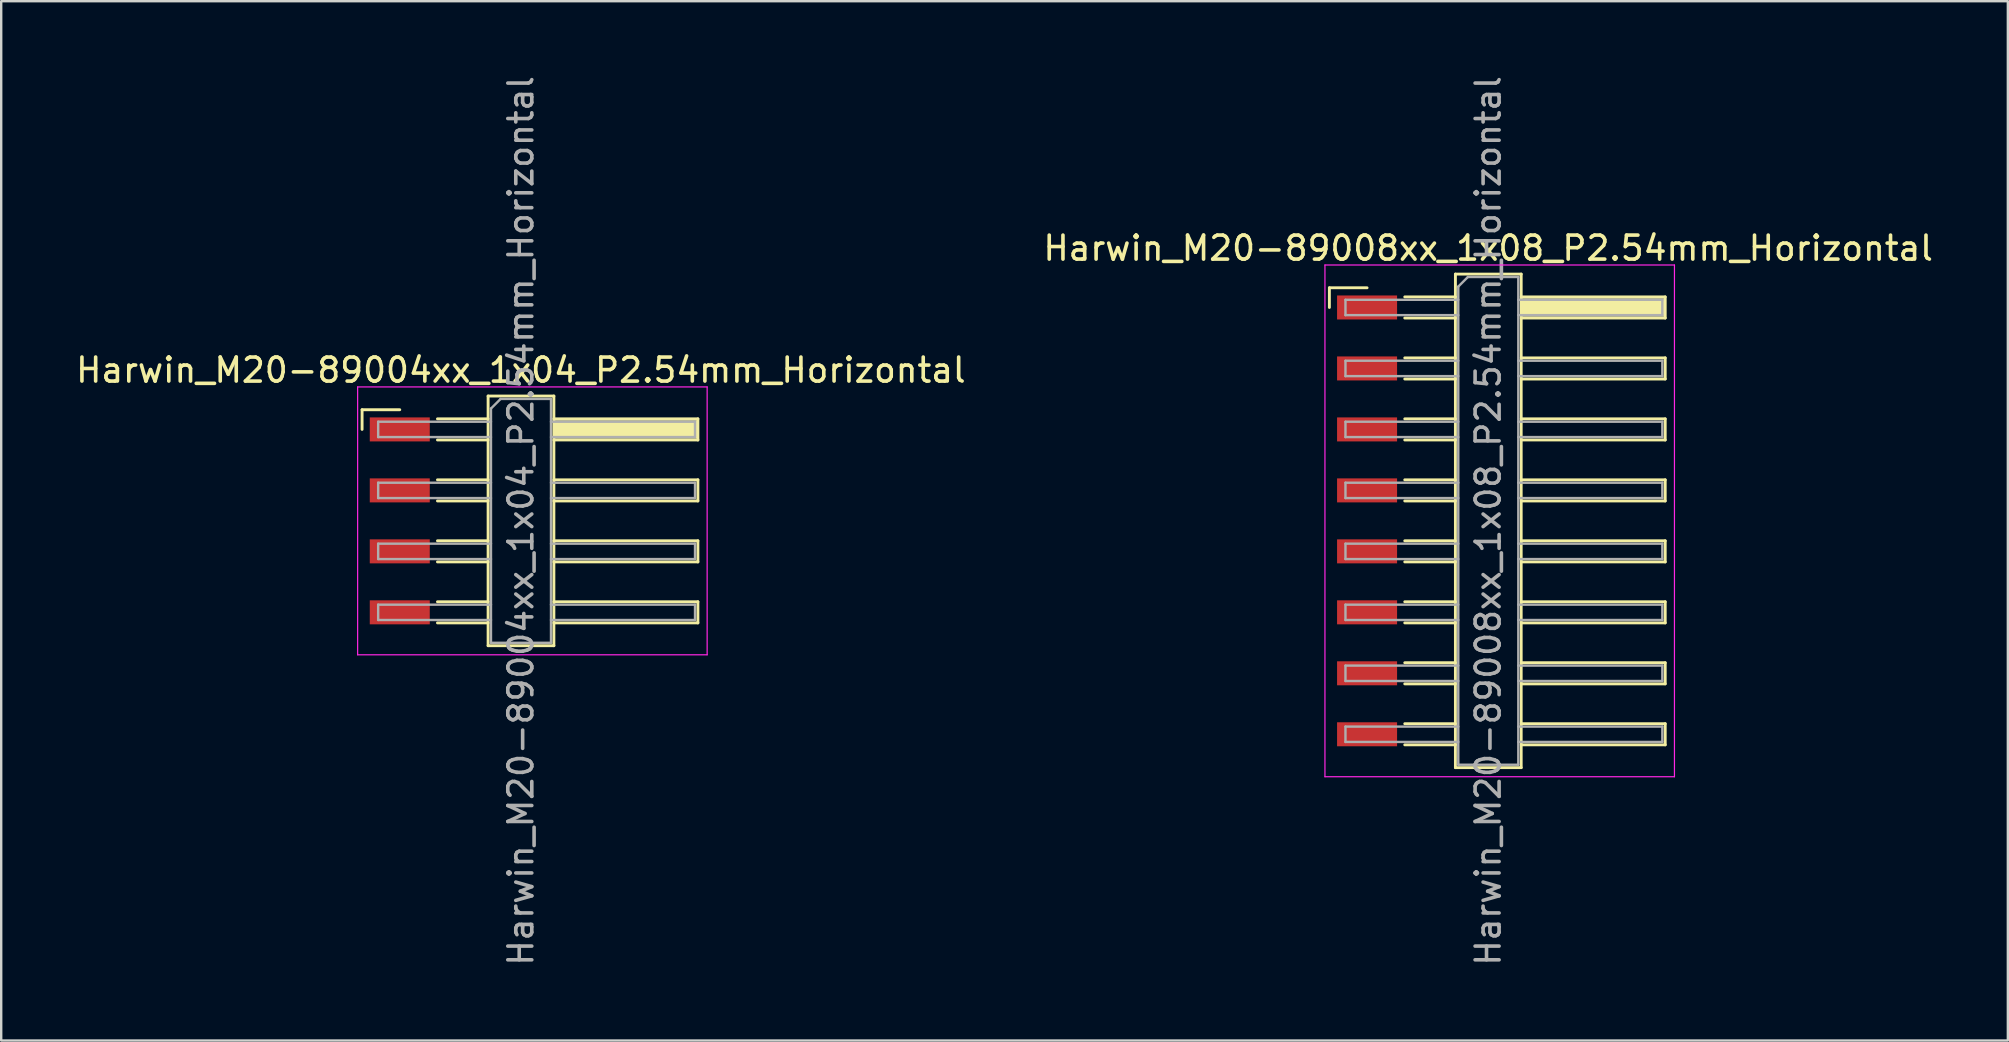
<source format=kicad_pcb>
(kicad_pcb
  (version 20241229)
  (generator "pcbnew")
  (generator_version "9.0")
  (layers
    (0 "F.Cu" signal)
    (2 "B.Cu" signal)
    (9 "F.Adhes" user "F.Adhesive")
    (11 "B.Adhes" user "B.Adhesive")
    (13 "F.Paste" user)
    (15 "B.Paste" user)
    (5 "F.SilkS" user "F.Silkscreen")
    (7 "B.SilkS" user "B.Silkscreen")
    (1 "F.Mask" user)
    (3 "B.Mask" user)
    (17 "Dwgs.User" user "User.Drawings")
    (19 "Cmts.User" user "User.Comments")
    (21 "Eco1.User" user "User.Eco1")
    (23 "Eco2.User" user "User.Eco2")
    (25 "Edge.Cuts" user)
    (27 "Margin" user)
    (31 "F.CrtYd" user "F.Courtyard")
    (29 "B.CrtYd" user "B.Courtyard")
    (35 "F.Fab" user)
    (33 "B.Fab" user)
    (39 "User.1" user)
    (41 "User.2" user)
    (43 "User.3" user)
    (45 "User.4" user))
  (footprint "Harwin_M20-89008xx_1x08_P2.54mm_Horizontal"
    (layer "F.Cu")
    (at 59.426 18.649)
    (property "Reference" "Harwin_M20-89008xx_1x08_P2.54mm_Horizontal" (at -0.48 -11.36 0) (layer "F.SilkS") (effects (font (size 1 1) (thickness 0.15))))
    (attr smd)
    (fp_line (start -7.095 -9.71) (end -5.525 -9.71) (stroke (width 0.12) (type solid)) (layer "F.SilkS"))
    (fp_line (start -7.095 -8.89) (end -7.095 -9.71) (stroke (width 0.12) (type solid)) (layer "F.SilkS"))
    (fp_line (start -3.955 -9.33) (end -1.845 -9.33) (stroke (width 0.12) (type solid)) (layer "F.SilkS"))
    (fp_line (start -3.955 -8.45) (end -1.845 -8.45) (stroke (width 0.12) (type solid)) (layer "F.SilkS"))
    (fp_line (start -3.955 -6.79) (end -1.845 -6.79) (stroke (width 0.12) (type solid)) (layer "F.SilkS"))
    (fp_line (start -3.955 -5.91) (end -1.845 -5.91) (stroke (width 0.12) (type solid)) (layer "F.SilkS"))
    (fp_line (start -3.955 -4.25) (end -1.845 -4.25) (stroke (width 0.12) (type solid)) (layer "F.SilkS"))
    (fp_line (start -3.955 -3.37) (end -1.845 -3.37) (stroke (width 0.12) (type solid)) (layer "F.SilkS"))
    (fp_line (start -3.955 -1.71) (end -1.845 -1.71) (stroke (width 0.12) (type solid)) (layer "F.SilkS"))
    (fp_line (start -3.955 -0.83) (end -1.845 -0.83) (stroke (width 0.12) (type solid)) (layer "F.SilkS"))
    (fp_line (start -3.955 0.83) (end -1.845 0.83) (stroke (width 0.12) (type solid)) (layer "F.SilkS"))
    (fp_line (start -3.955 1.71) (end -1.845 1.71) (stroke (width 0.12) (type solid)) (layer "F.SilkS"))
    (fp_line (start -3.955 3.37) (end -1.845 3.37) (stroke (width 0.12) (type solid)) (layer "F.SilkS"))
    (fp_line (start -3.955 4.25) (end -1.845 4.25) (stroke (width 0.12) (type solid)) (layer "F.SilkS"))
    (fp_line (start -3.955 5.91) (end -1.845 5.91) (stroke (width 0.12) (type solid)) (layer "F.SilkS"))
    (fp_line (start -3.955 6.79) (end -1.845 6.79) (stroke (width 0.12) (type solid)) (layer "F.SilkS"))
    (fp_line (start -3.955 8.45) (end -1.845 8.45) (stroke (width 0.12) (type solid)) (layer "F.SilkS"))
    (fp_line (start -3.955 9.33) (end -1.845 9.33) (stroke (width 0.12) (type solid)) (layer "F.SilkS"))
    (fp_line (start -1.845 -10.28) (end 0.895 -10.28) (stroke (width 0.12) (type solid)) (layer "F.SilkS"))
    (fp_line (start -1.845 10.28) (end -1.845 -10.28) (stroke (width 0.12) (type solid)) (layer "F.SilkS"))
    (fp_line (start 0.895 -10.28) (end 0.895 10.28) (stroke (width 0.12) (type solid)) (layer "F.SilkS"))
    (fp_line (start 0.895 -9.33) (end 6.895 -9.33) (stroke (width 0.12) (type solid)) (layer "F.SilkS"))
    (fp_line (start 0.895 -6.79) (end 6.895 -6.79) (stroke (width 0.12) (type solid)) (layer "F.SilkS"))
    (fp_line (start 0.895 -4.25) (end 6.895 -4.25) (stroke (width 0.12) (type solid)) (layer "F.SilkS"))
    (fp_line (start 0.895 -1.71) (end 6.895 -1.71) (stroke (width 0.12) (type solid)) (layer "F.SilkS"))
    (fp_line (start 0.895 0.83) (end 6.895 0.83) (stroke (width 0.12) (type solid)) (layer "F.SilkS"))
    (fp_line (start 0.895 3.37) (end 6.895 3.37) (stroke (width 0.12) (type solid)) (layer "F.SilkS"))
    (fp_line (start 0.895 5.91) (end 6.895 5.91) (stroke (width 0.12) (type solid)) (layer "F.SilkS"))
    (fp_line (start 0.895 8.45) (end 6.895 8.45) (stroke (width 0.12) (type solid)) (layer "F.SilkS"))
    (fp_line (start 0.895 10.28) (end -1.845 10.28) (stroke (width 0.12) (type solid)) (layer "F.SilkS"))
    (fp_line (start 6.895 -9.33) (end 6.895 -8.45) (stroke (width 0.12) (type solid)) (layer "F.SilkS"))
    (fp_line (start 6.895 -8.45) (end 0.895 -8.45) (stroke (width 0.12) (type solid)) (layer "F.SilkS"))
    (fp_line (start 6.895 -6.79) (end 6.895 -5.91) (stroke (width 0.12) (type solid)) (layer "F.SilkS"))
    (fp_line (start 6.895 -5.91) (end 0.895 -5.91) (stroke (width 0.12) (type solid)) (layer "F.SilkS"))
    (fp_line (start 6.895 -4.25) (end 6.895 -3.37) (stroke (width 0.12) (type solid)) (layer "F.SilkS"))
    (fp_line (start 6.895 -3.37) (end 0.895 -3.37) (stroke (width 0.12) (type solid)) (layer "F.SilkS"))
    (fp_line (start 6.895 -1.71) (end 6.895 -0.83) (stroke (width 0.12) (type solid)) (layer "F.SilkS"))
    (fp_line (start 6.895 -0.83) (end 0.895 -0.83) (stroke (width 0.12) (type solid)) (layer "F.SilkS"))
    (fp_line (start 6.895 0.83) (end 6.895 1.71) (stroke (width 0.12) (type solid)) (layer "F.SilkS"))
    (fp_line (start 6.895 1.71) (end 0.895 1.71) (stroke (width 0.12) (type solid)) (layer "F.SilkS"))
    (fp_line (start 6.895 3.37) (end 6.895 4.25) (stroke (width 0.12) (type solid)) (layer "F.SilkS"))
    (fp_line (start 6.895 4.25) (end 0.895 4.25) (stroke (width 0.12) (type solid)) (layer "F.SilkS"))
    (fp_line (start 6.895 5.91) (end 6.895 6.79) (stroke (width 0.12) (type solid)) (layer "F.SilkS"))
    (fp_line (start 6.895 6.79) (end 0.895 6.79) (stroke (width 0.12) (type solid)) (layer "F.SilkS"))
    (fp_line (start 6.895 8.45) (end 6.895 9.33) (stroke (width 0.12) (type solid)) (layer "F.SilkS"))
    (fp_line (start 6.895 9.33) (end 0.895 9.33) (stroke (width 0.12) (type solid)) (layer "F.SilkS"))
    (fp_line (start -7.28 -10.66) (end 7.28 -10.66) (stroke (width 0.05) (type solid)) (layer "F.CrtYd"))
    (fp_line (start -7.28 10.66) (end -7.28 -10.66) (stroke (width 0.05) (type solid)) (layer "F.CrtYd"))
    (fp_line (start 7.28 -10.66) (end 7.28 10.66) (stroke (width 0.05) (type solid)) (layer "F.CrtYd"))
    (fp_line (start 7.28 10.66) (end -7.28 10.66) (stroke (width 0.05) (type solid)) (layer "F.CrtYd"))
    (fp_line (start -6.425 -9.21) (end -6.425 -8.57) (stroke (width 0.1) (type solid)) (layer "F.Fab"))
    (fp_line (start -6.425 -8.57) (end -1.725 -8.57) (stroke (width 0.1) (type solid)) (layer "F.Fab"))
    (fp_line (start -6.425 -6.67) (end -6.425 -6.03) (stroke (width 0.1) (type solid)) (layer "F.Fab"))
    (fp_line (start -6.425 -6.03) (end -1.725 -6.03) (stroke (width 0.1) (type solid)) (layer "F.Fab"))
    (fp_line (start -6.425 -4.13) (end -6.425 -3.49) (stroke (width 0.1) (type solid)) (layer "F.Fab"))
    (fp_line (start -6.425 -3.49) (end -1.725 -3.49) (stroke (width 0.1) (type solid)) (layer "F.Fab"))
    (fp_line (start -6.425 -1.59) (end -6.425 -0.95) (stroke (width 0.1) (type solid)) (layer "F.Fab"))
    (fp_line (start -6.425 -0.95) (end -1.725 -0.95) (stroke (width 0.1) (type solid)) (layer "F.Fab"))
    (fp_line (start -6.425 0.95) (end -6.425 1.59) (stroke (width 0.1) (type solid)) (layer "F.Fab"))
    (fp_line (start -6.425 1.59) (end -1.725 1.59) (stroke (width 0.1) (type solid)) (layer "F.Fab"))
    (fp_line (start -6.425 3.49) (end -6.425 4.13) (stroke (width 0.1) (type solid)) (layer "F.Fab"))
    (fp_line (start -6.425 4.13) (end -1.725 4.13) (stroke (width 0.1) (type solid)) (layer "F.Fab"))
    (fp_line (start -6.425 6.03) (end -6.425 6.67) (stroke (width 0.1) (type solid)) (layer "F.Fab"))
    (fp_line (start -6.425 6.67) (end -1.725 6.67) (stroke (width 0.1) (type solid)) (layer "F.Fab"))
    (fp_line (start -6.425 8.57) (end -6.425 9.21) (stroke (width 0.1) (type solid)) (layer "F.Fab"))
    (fp_line (start -6.425 9.21) (end -1.725 9.21) (stroke (width 0.1) (type solid)) (layer "F.Fab"))
    (fp_line (start -1.725 -9.76) (end -1.325 -10.16) (stroke (width 0.1) (type solid)) (layer "F.Fab"))
    (fp_line (start -1.725 -9.21) (end -6.425 -9.21) (stroke (width 0.1) (type solid)) (layer "F.Fab"))
    (fp_line (start -1.725 -6.67) (end -6.425 -6.67) (stroke (width 0.1) (type solid)) (layer "F.Fab"))
    (fp_line (start -1.725 -4.13) (end -6.425 -4.13) (stroke (width 0.1) (type solid)) (layer "F.Fab"))
    (fp_line (start -1.725 -1.59) (end -6.425 -1.59) (stroke (width 0.1) (type solid)) (layer "F.Fab"))
    (fp_line (start -1.725 0.95) (end -6.425 0.95) (stroke (width 0.1) (type solid)) (layer "F.Fab"))
    (fp_line (start -1.725 3.49) (end -6.425 3.49) (stroke (width 0.1) (type solid)) (layer "F.Fab"))
    (fp_line (start -1.725 6.03) (end -6.425 6.03) (stroke (width 0.1) (type solid)) (layer "F.Fab"))
    (fp_line (start -1.725 8.57) (end -6.425 8.57) (stroke (width 0.1) (type solid)) (layer "F.Fab"))
    (fp_line (start -1.725 10.16) (end -1.725 -9.76) (stroke (width 0.1) (type solid)) (layer "F.Fab"))
    (fp_line (start -1.325 -10.16) (end 0.775 -10.16) (stroke (width 0.1) (type solid)) (layer "F.Fab"))
    (fp_line (start 0.775 -10.16) (end 0.775 10.16) (stroke (width 0.1) (type solid)) (layer "F.Fab"))
    (fp_line (start 0.775 -9.21) (end 6.775 -9.21) (stroke (width 0.1) (type solid)) (layer "F.Fab"))
    (fp_line (start 0.775 -6.67) (end 6.775 -6.67) (stroke (width 0.1) (type solid)) (layer "F.Fab"))
    (fp_line (start 0.775 -4.13) (end 6.775 -4.13) (stroke (width 0.1) (type solid)) (layer "F.Fab"))
    (fp_line (start 0.775 -1.59) (end 6.775 -1.59) (stroke (width 0.1) (type solid)) (layer "F.Fab"))
    (fp_line (start 0.775 0.95) (end 6.775 0.95) (stroke (width 0.1) (type solid)) (layer "F.Fab"))
    (fp_line (start 0.775 3.49) (end 6.775 3.49) (stroke (width 0.1) (type solid)) (layer "F.Fab"))
    (fp_line (start 0.775 6.03) (end 6.775 6.03) (stroke (width 0.1) (type solid)) (layer "F.Fab"))
    (fp_line (start 0.775 8.57) (end 6.775 8.57) (stroke (width 0.1) (type solid)) (layer "F.Fab"))
    (fp_line (start 0.775 10.16) (end -1.725 10.16) (stroke (width 0.1) (type solid)) (layer "F.Fab"))
    (fp_line (start 6.775 -9.21) (end 6.775 -8.57) (stroke (width 0.1) (type solid)) (layer "F.Fab"))
    (fp_line (start 6.775 -8.57) (end 0.775 -8.57) (stroke (width 0.1) (type solid)) (layer "F.Fab"))
    (fp_line (start 6.775 -6.67) (end 6.775 -6.03) (stroke (width 0.1) (type solid)) (layer "F.Fab"))
    (fp_line (start 6.775 -6.03) (end 0.775 -6.03) (stroke (width 0.1) (type solid)) (layer "F.Fab"))
    (fp_line (start 6.775 -4.13) (end 6.775 -3.49) (stroke (width 0.1) (type solid)) (layer "F.Fab"))
    (fp_line (start 6.775 -3.49) (end 0.775 -3.49) (stroke (width 0.1) (type solid)) (layer "F.Fab"))
    (fp_line (start 6.775 -1.59) (end 6.775 -0.95) (stroke (width 0.1) (type solid)) (layer "F.Fab"))
    (fp_line (start 6.775 -0.95) (end 0.775 -0.95) (stroke (width 0.1) (type solid)) (layer "F.Fab"))
    (fp_line (start 6.775 0.95) (end 6.775 1.59) (stroke (width 0.1) (type solid)) (layer "F.Fab"))
    (fp_line (start 6.775 1.59) (end 0.775 1.59) (stroke (width 0.1) (type solid)) (layer "F.Fab"))
    (fp_line (start 6.775 3.49) (end 6.775 4.13) (stroke (width 0.1) (type solid)) (layer "F.Fab"))
    (fp_line (start 6.775 4.13) (end 0.775 4.13) (stroke (width 0.1) (type solid)) (layer "F.Fab"))
    (fp_line (start 6.775 6.03) (end 6.775 6.67) (stroke (width 0.1) (type solid)) (layer "F.Fab"))
    (fp_line (start 6.775 6.67) (end 0.775 6.67) (stroke (width 0.1) (type solid)) (layer "F.Fab"))
    (fp_line (start 6.775 8.57) (end 6.775 9.21) (stroke (width 0.1) (type solid)) (layer "F.Fab"))
    (fp_line (start 6.775 9.21) (end 0.775 9.21) (stroke (width 0.1) (type solid)) (layer "F.Fab"))
    (fp_text user "${REFERENCE}" (at -0.48 0 90) (layer "F.Fab") (effects (font (size 1 1) (thickness 0.15))))
    (pad "" smd rect (at 3.895 -8.89) (size 6 0.76) (layers "F.SilkS"))
    (pad "1" smd rect (at -5.525 -8.89) (size 2.5 1) (layers "F.Cu" "F.Mask" "F.Paste"))
    (pad "2" smd rect (at -5.525 -6.35) (size 2.5 1) (layers "F.Cu" "F.Mask" "F.Paste"))
    (pad "3" smd rect (at -5.525 -3.81) (size 2.5 1) (layers "F.Cu" "F.Mask" "F.Paste"))
    (pad "4" smd rect (at -5.525 -1.27) (size 2.5 1) (layers "F.Cu" "F.Mask" "F.Paste"))
    (pad "5" smd rect (at -5.525 1.27) (size 2.5 1) (layers "F.Cu" "F.Mask" "F.Paste"))
    (pad "6" smd rect (at -5.525 3.81) (size 2.5 1) (layers "F.Cu" "F.Mask" "F.Paste"))
    (pad "7" smd rect (at -5.525 6.35) (size 2.5 1) (layers "F.Cu" "F.Mask" "F.Paste"))
    (pad "8" smd rect (at -5.525 8.89) (size 2.5 1) (layers "F.Cu" "F.Mask" "F.Paste")))
  (footprint "Harwin_M20-89004xx_1x04_P2.54mm_Horizontal"
    (layer "F.Cu")
    (at 19.129 18.649)
    (property "Reference" "Harwin_M20-89004xx_1x04_P2.54mm_Horizontal" (at -0.48 -6.28 0) (layer "F.SilkS") (effects (font (size 1 1) (thickness 0.15))))
    (attr smd)
    (fp_line (start -7.095 -4.63) (end -5.525 -4.63) (stroke (width 0.12) (type solid)) (layer "F.SilkS"))
    (fp_line (start -7.095 -3.81) (end -7.095 -4.63) (stroke (width 0.12) (type solid)) (layer "F.SilkS"))
    (fp_line (start -3.955 -4.25) (end -1.845 -4.25) (stroke (width 0.12) (type solid)) (layer "F.SilkS"))
    (fp_line (start -3.955 -3.37) (end -1.845 -3.37) (stroke (width 0.12) (type solid)) (layer "F.SilkS"))
    (fp_line (start -3.955 -1.71) (end -1.845 -1.71) (stroke (width 0.12) (type solid)) (layer "F.SilkS"))
    (fp_line (start -3.955 -0.83) (end -1.845 -0.83) (stroke (width 0.12) (type solid)) (layer "F.SilkS"))
    (fp_line (start -3.955 0.83) (end -1.845 0.83) (stroke (width 0.12) (type solid)) (layer "F.SilkS"))
    (fp_line (start -3.955 1.71) (end -1.845 1.71) (stroke (width 0.12) (type solid)) (layer "F.SilkS"))
    (fp_line (start -3.955 3.37) (end -1.845 3.37) (stroke (width 0.12) (type solid)) (layer "F.SilkS"))
    (fp_line (start -3.955 4.25) (end -1.845 4.25) (stroke (width 0.12) (type solid)) (layer "F.SilkS"))
    (fp_line (start -1.845 -5.2) (end 0.895 -5.2) (stroke (width 0.12) (type solid)) (layer "F.SilkS"))
    (fp_line (start -1.845 5.2) (end -1.845 -5.2) (stroke (width 0.12) (type solid)) (layer "F.SilkS"))
    (fp_line (start 0.895 -5.2) (end 0.895 5.2) (stroke (width 0.12) (type solid)) (layer "F.SilkS"))
    (fp_line (start 0.895 -4.25) (end 6.895 -4.25) (stroke (width 0.12) (type solid)) (layer "F.SilkS"))
    (fp_line (start 0.895 -1.71) (end 6.895 -1.71) (stroke (width 0.12) (type solid)) (layer "F.SilkS"))
    (fp_line (start 0.895 0.83) (end 6.895 0.83) (stroke (width 0.12) (type solid)) (layer "F.SilkS"))
    (fp_line (start 0.895 3.37) (end 6.895 3.37) (stroke (width 0.12) (type solid)) (layer "F.SilkS"))
    (fp_line (start 0.895 5.2) (end -1.845 5.2) (stroke (width 0.12) (type solid)) (layer "F.SilkS"))
    (fp_line (start 6.895 -4.25) (end 6.895 -3.37) (stroke (width 0.12) (type solid)) (layer "F.SilkS"))
    (fp_line (start 6.895 -3.37) (end 0.895 -3.37) (stroke (width 0.12) (type solid)) (layer "F.SilkS"))
    (fp_line (start 6.895 -1.71) (end 6.895 -0.83) (stroke (width 0.12) (type solid)) (layer "F.SilkS"))
    (fp_line (start 6.895 -0.83) (end 0.895 -0.83) (stroke (width 0.12) (type solid)) (layer "F.SilkS"))
    (fp_line (start 6.895 0.83) (end 6.895 1.71) (stroke (width 0.12) (type solid)) (layer "F.SilkS"))
    (fp_line (start 6.895 1.71) (end 0.895 1.71) (stroke (width 0.12) (type solid)) (layer "F.SilkS"))
    (fp_line (start 6.895 3.37) (end 6.895 4.25) (stroke (width 0.12) (type solid)) (layer "F.SilkS"))
    (fp_line (start 6.895 4.25) (end 0.895 4.25) (stroke (width 0.12) (type solid)) (layer "F.SilkS"))
    (fp_line (start -7.28 -5.58) (end 7.28 -5.58) (stroke (width 0.05) (type solid)) (layer "F.CrtYd"))
    (fp_line (start -7.28 5.58) (end -7.28 -5.58) (stroke (width 0.05) (type solid)) (layer "F.CrtYd"))
    (fp_line (start 7.28 -5.58) (end 7.28 5.58) (stroke (width 0.05) (type solid)) (layer "F.CrtYd"))
    (fp_line (start 7.28 5.58) (end -7.28 5.58) (stroke (width 0.05) (type solid)) (layer "F.CrtYd"))
    (fp_line (start -6.425 -4.13) (end -6.425 -3.49) (stroke (width 0.1) (type solid)) (layer "F.Fab"))
    (fp_line (start -6.425 -3.49) (end -1.725 -3.49) (stroke (width 0.1) (type solid)) (layer "F.Fab"))
    (fp_line (start -6.425 -1.59) (end -6.425 -0.95) (stroke (width 0.1) (type solid)) (layer "F.Fab"))
    (fp_line (start -6.425 -0.95) (end -1.725 -0.95) (stroke (width 0.1) (type solid)) (layer "F.Fab"))
    (fp_line (start -6.425 0.95) (end -6.425 1.59) (stroke (width 0.1) (type solid)) (layer "F.Fab"))
    (fp_line (start -6.425 1.59) (end -1.725 1.59) (stroke (width 0.1) (type solid)) (layer "F.Fab"))
    (fp_line (start -6.425 3.49) (end -6.425 4.13) (stroke (width 0.1) (type solid)) (layer "F.Fab"))
    (fp_line (start -6.425 4.13) (end -1.725 4.13) (stroke (width 0.1) (type solid)) (layer "F.Fab"))
    (fp_line (start -1.725 -4.68) (end -1.325 -5.08) (stroke (width 0.1) (type solid)) (layer "F.Fab"))
    (fp_line (start -1.725 -4.13) (end -6.425 -4.13) (stroke (width 0.1) (type solid)) (layer "F.Fab"))
    (fp_line (start -1.725 -1.59) (end -6.425 -1.59) (stroke (width 0.1) (type solid)) (layer "F.Fab"))
    (fp_line (start -1.725 0.95) (end -6.425 0.95) (stroke (width 0.1) (type solid)) (layer "F.Fab"))
    (fp_line (start -1.725 3.49) (end -6.425 3.49) (stroke (width 0.1) (type solid)) (layer "F.Fab"))
    (fp_line (start -1.725 5.08) (end -1.725 -4.68) (stroke (width 0.1) (type solid)) (layer "F.Fab"))
    (fp_line (start -1.325 -5.08) (end 0.775 -5.08) (stroke (width 0.1) (type solid)) (layer "F.Fab"))
    (fp_line (start 0.775 -5.08) (end 0.775 5.08) (stroke (width 0.1) (type solid)) (layer "F.Fab"))
    (fp_line (start 0.775 -4.13) (end 6.775 -4.13) (stroke (width 0.1) (type solid)) (layer "F.Fab"))
    (fp_line (start 0.775 -1.59) (end 6.775 -1.59) (stroke (width 0.1) (type solid)) (layer "F.Fab"))
    (fp_line (start 0.775 0.95) (end 6.775 0.95) (stroke (width 0.1) (type solid)) (layer "F.Fab"))
    (fp_line (start 0.775 3.49) (end 6.775 3.49) (stroke (width 0.1) (type solid)) (layer "F.Fab"))
    (fp_line (start 0.775 5.08) (end -1.725 5.08) (stroke (width 0.1) (type solid)) (layer "F.Fab"))
    (fp_line (start 6.775 -4.13) (end 6.775 -3.49) (stroke (width 0.1) (type solid)) (layer "F.Fab"))
    (fp_line (start 6.775 -3.49) (end 0.775 -3.49) (stroke (width 0.1) (type solid)) (layer "F.Fab"))
    (fp_line (start 6.775 -1.59) (end 6.775 -0.95) (stroke (width 0.1) (type solid)) (layer "F.Fab"))
    (fp_line (start 6.775 -0.95) (end 0.775 -0.95) (stroke (width 0.1) (type solid)) (layer "F.Fab"))
    (fp_line (start 6.775 0.95) (end 6.775 1.59) (stroke (width 0.1) (type solid)) (layer "F.Fab"))
    (fp_line (start 6.775 1.59) (end 0.775 1.59) (stroke (width 0.1) (type solid)) (layer "F.Fab"))
    (fp_line (start 6.775 3.49) (end 6.775 4.13) (stroke (width 0.1) (type solid)) (layer "F.Fab"))
    (fp_line (start 6.775 4.13) (end 0.775 4.13) (stroke (width 0.1) (type solid)) (layer "F.Fab"))
    (fp_text user "${REFERENCE}" (at -0.48 0 90) (layer "F.Fab") (effects (font (size 1 1) (thickness 0.15))))
    (pad "" smd rect (at 3.895 -3.81) (size 6 0.76) (layers "F.SilkS"))
    (pad "1" smd rect (at -5.525 -3.81) (size 2.5 1) (layers "F.Cu" "F.Mask" "F.Paste"))
    (pad "2" smd rect (at -5.525 -1.27) (size 2.5 1) (layers "F.Cu" "F.Mask" "F.Paste"))
    (pad "3" smd rect (at -5.525 1.27) (size 2.5 1) (layers "F.Cu" "F.Mask" "F.Paste"))
    (pad "4" smd rect (at -5.525 3.81) (size 2.5 1) (layers "F.Cu" "F.Mask" "F.Paste")))
  (gr_rect
    (start -3 -3)
    (end 80.595 40.298)
    (stroke (width 0.1) (type default))
    (fill no)
    (layer "Edge.Cuts")))
</source>
